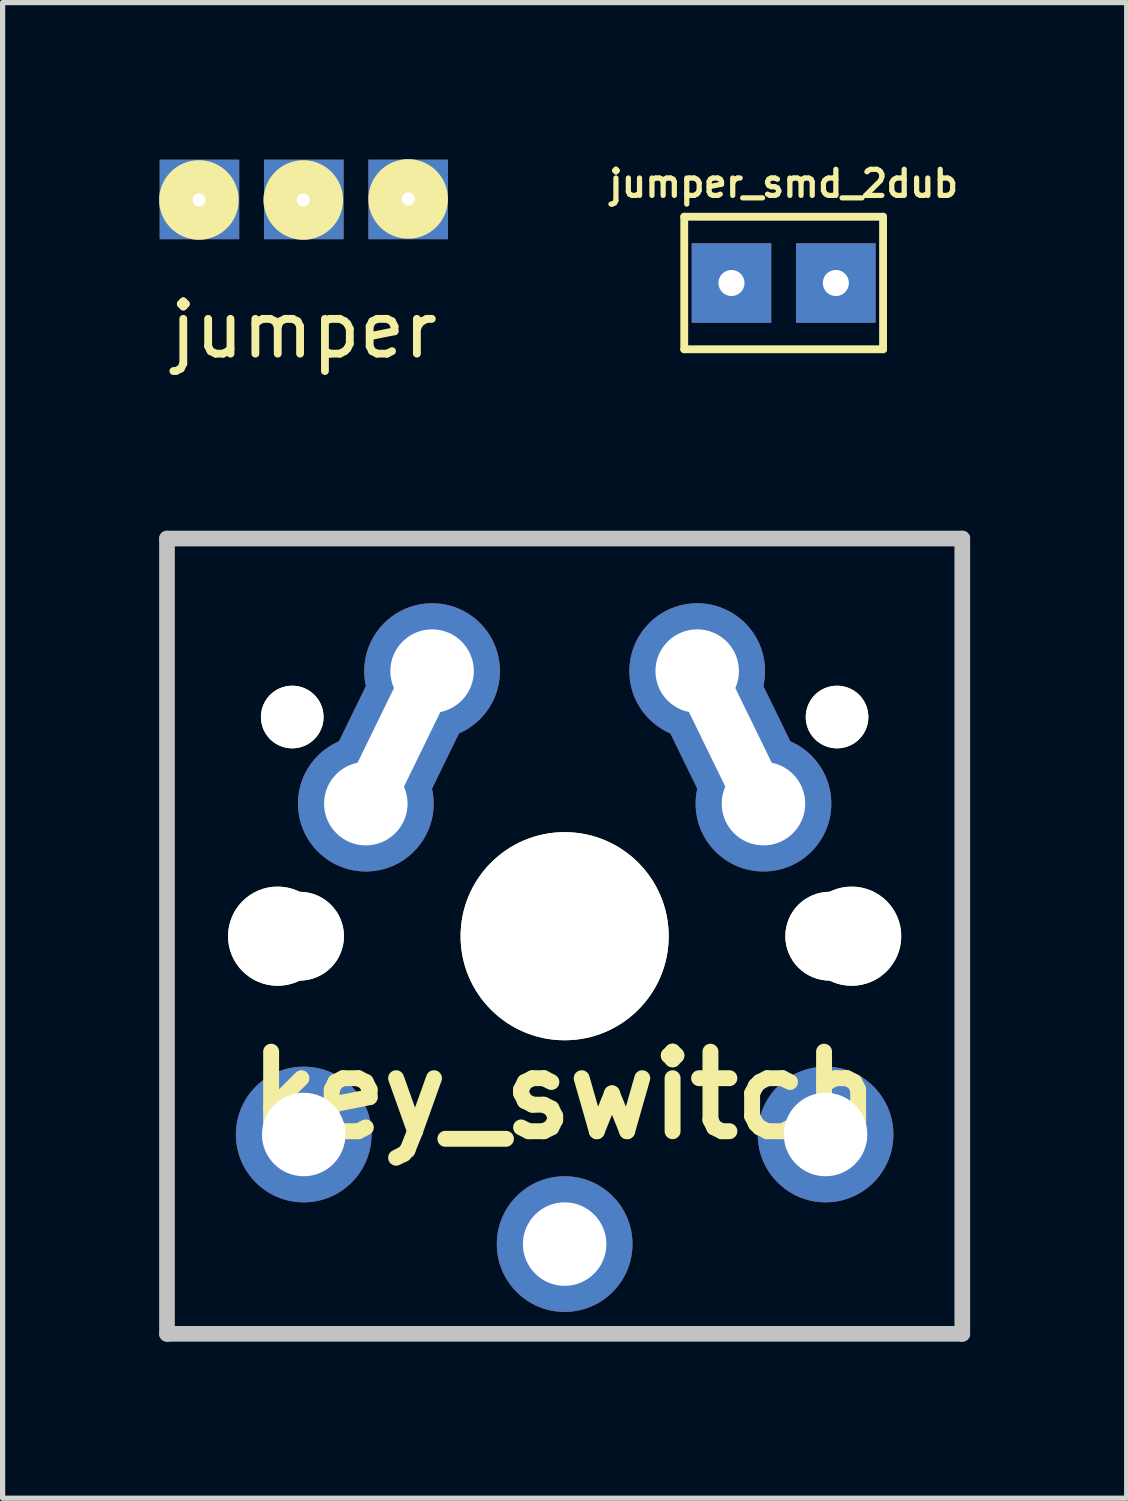
<source format=kicad_pcb>
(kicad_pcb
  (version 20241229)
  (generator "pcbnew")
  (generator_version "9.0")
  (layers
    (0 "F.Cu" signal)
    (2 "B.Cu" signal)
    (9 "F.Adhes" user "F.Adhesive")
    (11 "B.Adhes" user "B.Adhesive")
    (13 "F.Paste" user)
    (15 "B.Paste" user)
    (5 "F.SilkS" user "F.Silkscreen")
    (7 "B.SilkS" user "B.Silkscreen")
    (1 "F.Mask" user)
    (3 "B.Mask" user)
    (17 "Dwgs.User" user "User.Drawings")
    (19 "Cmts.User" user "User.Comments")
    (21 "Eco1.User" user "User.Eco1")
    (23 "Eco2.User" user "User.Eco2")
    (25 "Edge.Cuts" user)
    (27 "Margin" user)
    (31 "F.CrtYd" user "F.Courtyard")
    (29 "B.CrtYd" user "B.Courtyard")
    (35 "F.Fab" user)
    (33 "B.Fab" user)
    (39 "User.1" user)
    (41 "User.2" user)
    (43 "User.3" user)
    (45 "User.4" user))
  (footprint "key_switch"
    (layer "F.Cu")
    (at 7.77 14.89)
    (property "Reference" "key_switch" (at 0 3.048 0) (layer "F.SilkS") (effects (font (size 1.524 1.524) (thickness 0.305))))
    (attr through_hole)
    (fp_line (start -7.62 -7.62) (end 7.62 -7.62) (stroke (width 0.3) (type solid)) (layer "Dwgs.User"))
    (fp_line (start -7.62 7.62) (end -7.62 -7.62) (stroke (width 0.3) (type solid)) (layer "Dwgs.User"))
    (fp_line (start 7.62 -7.62) (end 7.62 7.62) (stroke (width 0.3) (type solid)) (layer "Dwgs.User"))
    (fp_line (start 7.62 7.62) (end -7.62 7.62) (stroke (width 0.3) (type solid)) (layer "Dwgs.User"))
    (pad "" np_thru_hole circle (at -5.5 0) (size 1.9 1.9) (drill 1.9) (layers "*.Cu" "*.Mask" "F.SilkS"))
    (pad "" np_thru_hole circle (at -5.22 -4.2) (size 1.2 1.2) (drill 1.2) (layers "*.Cu" "*.Mask" "F.SilkS"))
    (pad "" np_thru_hole circle (at -5.08 0) (size 1.702 1.702) (drill 1.702) (layers "*.Cu" "*.Mask" "F.SilkS"))
    (pad "" np_thru_hole circle (at 0 0) (size 3.988 3.988) (drill 3.988) (layers "*.Cu" "*.Mask" "F.SilkS"))
    (pad "" np_thru_hole circle (at 5.08 0) (size 1.702 1.702) (drill 1.702) (layers "*.Cu" "*.Mask" "F.SilkS"))
    (pad "" np_thru_hole circle (at 5.22 -4.2) (size 1.2 1.2) (drill 1.2) (layers "*.Cu" "*.Mask" "F.SilkS"))
    (pad "" np_thru_hole circle (at 5.5 0) (size 1.9 1.9) (drill 1.9) (layers "*.Cu" "*.Mask" "F.SilkS"))
    (pad "1" thru_hole circle (at -3.81 -2.54) (size 2.6 2.6) (drill 1.6) (layers "*.Cu" "*.Mask"))
    (pad "1" thru_hole oval (at -3.175 -3.81 334) (size 2 4) (drill oval 1 3) (layers "*.Cu" "*.Mask"))
    (pad "1" thru_hole circle (at -2.54 -5.08) (size 2.6 2.6) (drill 1.6) (layers "*.Cu" "*.Mask"))
    (pad "1" thru_hole circle (at 0 5.9) (size 2.6 2.6) (drill 1.6) (layers "*.Cu" "*.Mask"))
    (pad "2" thru_hole circle (at -5 3.8) (size 2.6 2.6) (drill 1.6) (layers "*.Cu" "*.Mask"))
    (pad "2" thru_hole circle (at 2.54 -5.08) (size 2.6 2.6) (drill 1.6) (layers "*.Cu" "*.Mask"))
    (pad "2" thru_hole oval (at 3.175 -3.81 26) (size 2 4) (drill oval 1 3) (layers "*.Cu" "*.Mask"))
    (pad "2" thru_hole circle (at 3.81 -2.54) (size 2.6 2.6) (drill 1.6) (layers "*.Cu" "*.Mask"))
    (pad "2" thru_hole circle (at 5 3.8) (size 2.6 2.6) (drill 1.6) (layers "*.Cu" "*.Mask")))
  (footprint "jumper"
    (layer "F.Cu")
    (at 2.772 2.772)
    (property "Reference" "jumper" (at 0 0.5 0) (layer "F.SilkS") (effects (font (size 1 1) (thickness 0.15))))
    (attr through_hole)
    (pad "1" thru_hole circle (at -2.01 -1.99) (size 1.524 1.524) (drill 0.25) (layers "*.Cu" "*.Mask" "F.SilkS"))
    (pad "1" smd rect (at -2 -2) (size 1.524 1.524) (layers "F.Cu" "F.Mask" "F.Paste"))
    (pad "1" smd rect (at -2 -2) (size 1.524 1.524) (layers "F.Mask" "B.Cu" "F.Paste"))
    (pad "2" thru_hole circle (at -0.01 -1.99) (size 1.524 1.524) (drill 0.25) (layers "*.Cu" "*.Mask" "F.SilkS"))
    (pad "2" smd rect (at 0 -2) (size 1.524 1.524) (layers "F.Cu" "F.Mask" "F.Paste"))
    (pad "2" smd rect (at 0 -2) (size 1.524 1.524) (layers "F.Mask" "B.Cu" "F.Paste"))
    (pad "3" thru_hole circle (at 2 -2.01) (size 1.524 1.524) (drill 0.25) (layers "*.Cu" "*.Mask" "F.SilkS"))
    (pad "3" smd rect (at 2 -2) (size 1.524 1.524) (layers "F.Cu" "F.Mask" "F.Paste"))
    (pad "3" smd rect (at 2 -2) (size 1.524 1.524) (layers "F.Mask" "B.Cu" "F.Paste")))
  (footprint "jumper_smd_2dub"
    (layer "F.Cu")
    (at 11.967 2.373)
    (property "Reference" "jumper_smd_2dub" (at 0 -1.905 0) (layer "F.SilkS") (effects (font (size 0.5 0.5) (thickness 0.1))))
    (attr through_hole)
    (fp_line (start -1.905 -1.27) (end -1.905 1.27) (stroke (width 0.15) (type solid)) (layer "F.SilkS"))
    (fp_line (start -1.905 1.27) (end 1.905 1.27) (stroke (width 0.15) (type solid)) (layer "F.SilkS"))
    (fp_line (start 1.905 -1.27) (end -1.905 -1.27) (stroke (width 0.15) (type solid)) (layer "F.SilkS"))
    (fp_line (start 1.905 1.27) (end 1.905 -1.27) (stroke (width 0.15) (type solid)) (layer "F.SilkS"))
    (pad "1" thru_hole rect (at -1 0) (size 1.524 1.524) (drill 0.5) (layers "*.Cu" "*.Mask"))
    (pad "2" thru_hole rect (at 1 0) (size 1.524 1.524) (drill 0.5) (layers "*.Cu" "*.Mask")))
  (gr_rect
    (start -3 -3)
    (end 18.54 25.66)
    (stroke (width 0.1) (type default))
    (fill no)
    (layer "Edge.Cuts")))
</source>
